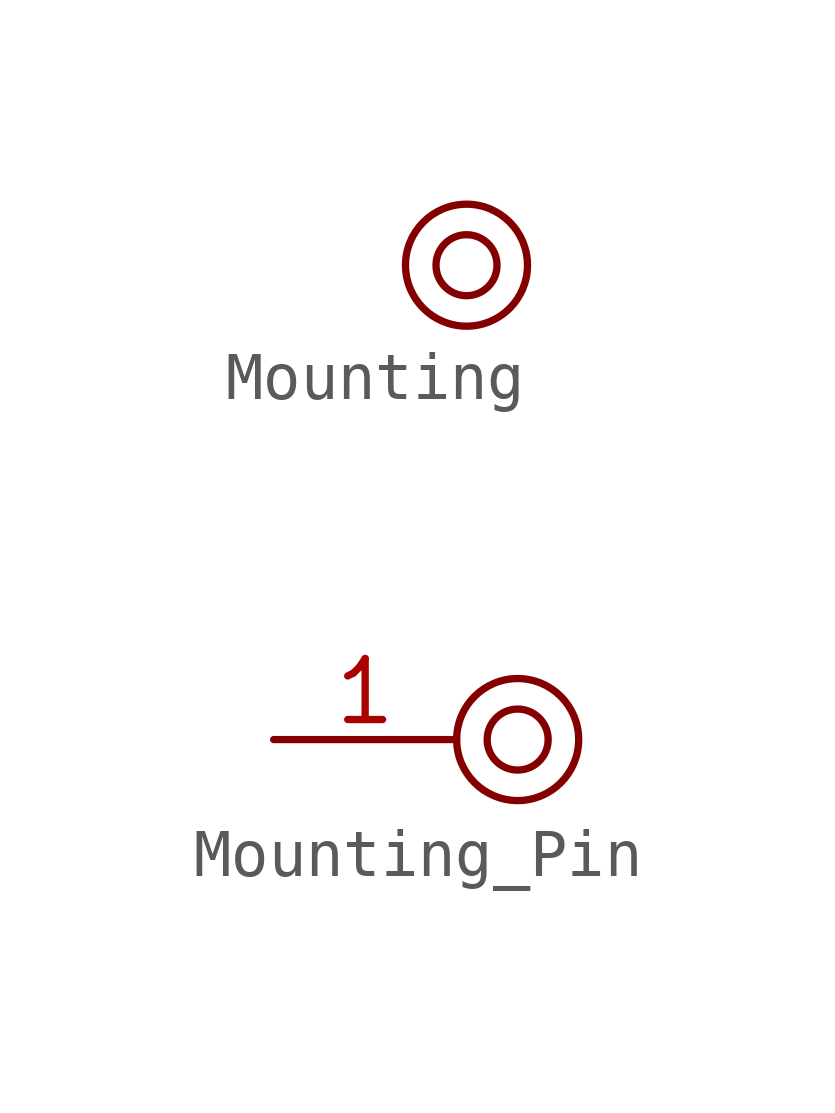
<source format=kicad_sym>
(kicad_symbol_lib
  (version 20231120)
  (generator "kicad_symbol_editor")
  (generator_version "8.0")
  (symbol "Mounting"
    (pin_names
      (offset 1.016) hide)
    (property "Reference" "M"
      (at 0 2.54 0)
      (effects (font (size 1.27 1.27)) (hide yes)))
    (symbol "Mounting_0_1"
      (circle (center 0 0) (radius 0.635) (stroke (width 0) (type solid)) (fill (type none)))
      (circle (center 0 0) (radius 1.27) (stroke (width 0) (type solid)) (fill (type none))))
    (symbol "Mounting_1_1"
      (pin no_connect line (at -5.08 0 0) (length 3.81) hide (name "Pin_1" (effects (font (size 1.27 1.27)))) (number "1" (effects (font (size 1.27 1.27)))))))
  (symbol "Mounting_Pin"
    (pin_names
      (offset 1.016) hide)
    (property "Reference" "M"
      (at 0 2.54 0)
      (effects (font (size 1.27 1.27)) (hide yes)))
    (symbol "Mounting_Pin_0_1"
      (circle (center 0 0) (radius 0.635) (stroke (width 0) (type solid)) (fill (type none)))
      (circle (center 0 0) (radius 1.27) (stroke (width 0) (type solid)) (fill (type none))))
    (symbol "Mounting_Pin_1_1"
      (pin power_in line (at -5.08 0 0) (length 3.81) (name "Pin_1" (effects (font (size 1.27 1.27)))) (number "1" (effects (font (size 1.27 1.27))))))))
</source>
